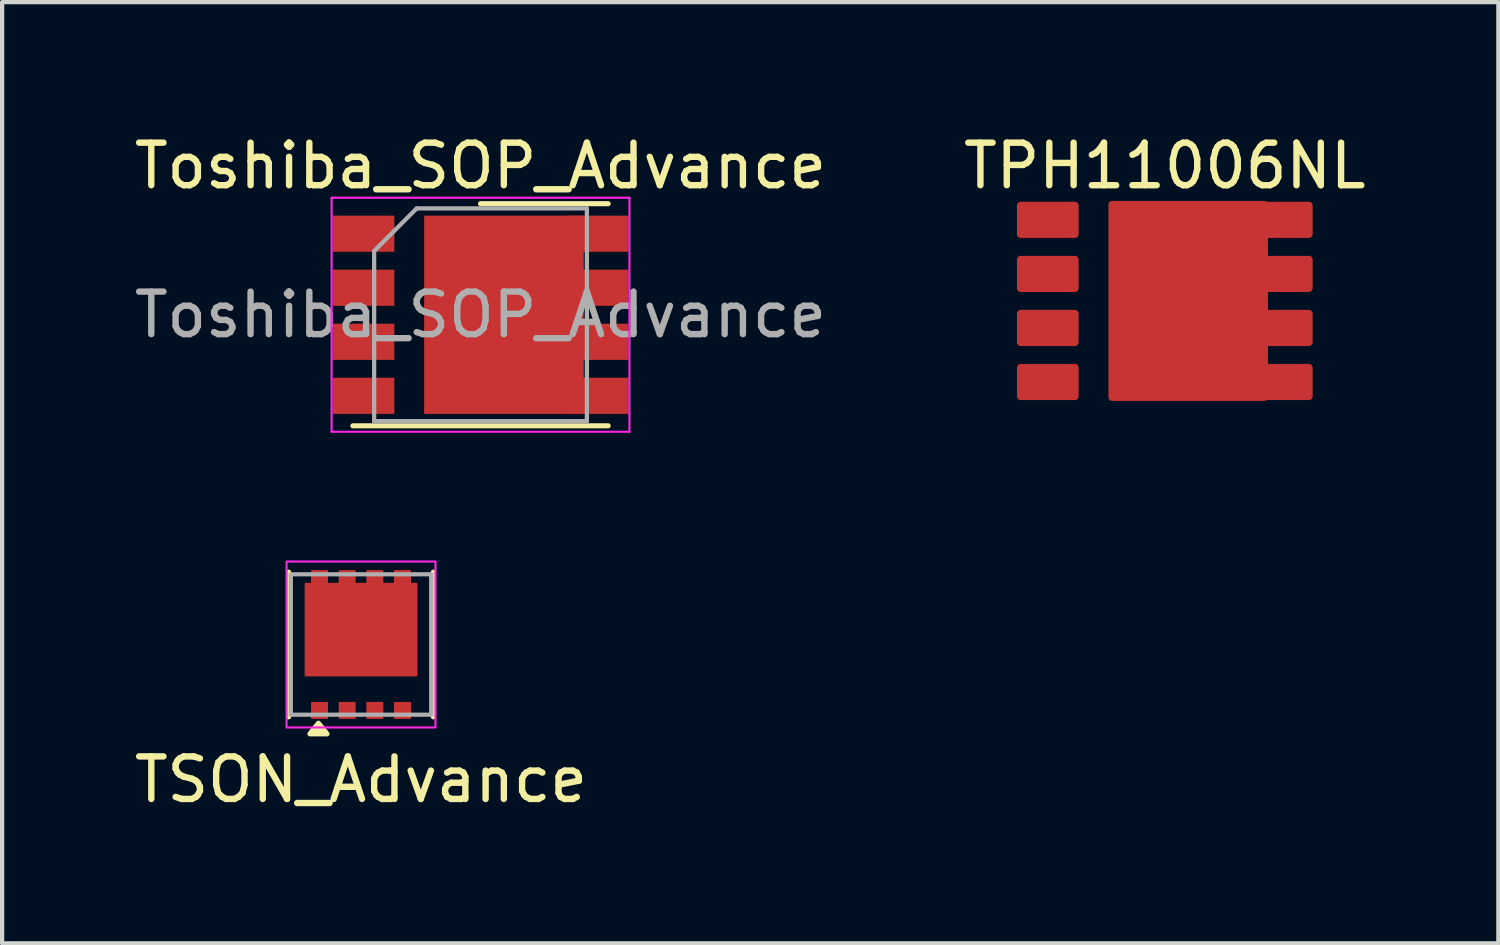
<source format=kicad_pcb>
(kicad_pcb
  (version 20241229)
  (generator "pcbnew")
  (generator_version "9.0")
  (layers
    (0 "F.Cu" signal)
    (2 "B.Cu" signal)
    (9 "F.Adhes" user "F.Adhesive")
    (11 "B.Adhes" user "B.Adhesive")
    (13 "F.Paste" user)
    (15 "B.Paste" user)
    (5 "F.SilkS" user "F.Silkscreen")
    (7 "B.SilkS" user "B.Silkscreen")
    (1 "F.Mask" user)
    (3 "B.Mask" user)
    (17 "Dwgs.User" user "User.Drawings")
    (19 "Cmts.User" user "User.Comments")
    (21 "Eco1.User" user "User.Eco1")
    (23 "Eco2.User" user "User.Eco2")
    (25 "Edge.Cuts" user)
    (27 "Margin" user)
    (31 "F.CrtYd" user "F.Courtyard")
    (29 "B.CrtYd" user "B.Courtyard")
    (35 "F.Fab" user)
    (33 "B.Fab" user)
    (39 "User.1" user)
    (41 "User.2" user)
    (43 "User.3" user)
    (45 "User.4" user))
  (footprint "Toshiba_SOP_Advance"
    (layer "F.Cu")
    (at 8.244 4.348)
    (property "Reference" "Toshiba_SOP_Advance" (at 0 -3.5 0) (layer "F.SilkS") (effects (font (size 1 1) (thickness 0.15))))
    (attr smd)
    (fp_line (start 3 -2.61) (end 0 -2.61) (stroke (width 0.12) (type solid)) (layer "F.SilkS"))
    (fp_line (start 3 2.61) (end -3 2.61) (stroke (width 0.12) (type solid)) (layer "F.SilkS"))
    (fp_line (start -3.5 -2.75) (end 3.5 -2.75) (stroke (width 0.05) (type solid)) (layer "F.CrtYd"))
    (fp_line (start -3.5 2.75) (end -3.5 -2.75) (stroke (width 0.05) (type solid)) (layer "F.CrtYd"))
    (fp_line (start 3.5 -2.75) (end 3.5 2.75) (stroke (width 0.05) (type solid)) (layer "F.CrtYd"))
    (fp_line (start 3.5 2.75) (end -3.5 2.75) (stroke (width 0.05) (type solid)) (layer "F.CrtYd"))
    (fp_line (start -2.5 -1.5) (end -2.5 2.5) (stroke (width 0.1) (type solid)) (layer "F.Fab"))
    (fp_line (start -1.5 -2.5) (end -2.5 -1.5) (stroke (width 0.1) (type solid)) (layer "F.Fab"))
    (fp_line (start -1.5 -2.5) (end 2.5 -2.5) (stroke (width 0.1) (type solid)) (layer "F.Fab"))
    (fp_line (start 2.5 -2.5) (end 2.5 2.5) (stroke (width 0.1) (type solid)) (layer "F.Fab"))
    (fp_line (start 2.5 2.5) (end -2.5 2.5) (stroke (width 0.1) (type solid)) (layer "F.Fab"))
    (fp_text user "${REFERENCE}" (at 0 0 0) (layer "F.Fab") (effects (font (size 1 1) (thickness 0.15))))
    (pad "" smd rect (at -0.512 -1.19) (size 1.525 2.18) (layers "F.Paste"))
    (pad "" smd rect (at -0.512 1.19) (size 1.525 2.18) (layers "F.Paste"))
    (pad "" smd rect (at 1.163 -1.19) (size 1.425 2.18) (layers "F.Paste"))
    (pad "" smd rect (at 1.163 1.19) (size 1.425 2.18) (layers "F.Paste"))
    (pad "1" smd rect (at -2.75 -1.905) (size 1.45 0.85) (layers "F.Cu" "F.Mask" "F.Paste"))
    (pad "2" smd rect (at -2.75 -0.635) (size 1.45 0.85) (layers "F.Cu" "F.Mask" "F.Paste"))
    (pad "3" smd rect (at -2.75 0.635) (size 1.45 0.85) (layers "F.Cu" "F.Mask" "F.Paste"))
    (pad "4" smd rect (at -2.75 1.905) (size 1.45 0.85) (layers "F.Cu" "F.Mask" "F.Paste"))
    (pad "5" smd rect (at 0.55 0) (size 3.75 4.66) (layers "F.Cu" "F.Mask"))
    (pad "5" smd rect (at 2.75 -1.905) (size 1.45 0.85) (layers "F.Cu" "F.Mask" "F.Paste"))
    (pad "6" smd rect (at 2.75 -0.635) (size 1.45 0.85) (layers "F.Cu" "F.Mask" "F.Paste"))
    (pad "7" smd rect (at 2.75 0.635) (size 1.45 0.85) (layers "F.Cu" "F.Mask" "F.Paste"))
    (pad "8" smd rect (at 2.75 1.905) (size 1.45 0.85) (layers "F.Cu" "F.Mask" "F.Paste")))
  (footprint "TPH11006NL"
    (layer "F.Cu")
    (at 24.327 2.118)
    (property "Reference" "TPH11006NL" (at 0 -1.27 0) (layer "F.SilkS") (effects (font (size 1 1) (thickness 0.15))))
    (attr through_hole)
    (pad "1" smd roundrect (at -2.75 0) (size 1.45 0.85) (layers "F.Cu" "F.Mask" "F.Paste") (roundrect_rratio 0.1))
    (pad "1" smd roundrect (at -2.75 1.27) (size 1.45 0.85) (layers "F.Cu" "F.Mask" "F.Paste") (roundrect_rratio 0.1))
    (pad "1" smd roundrect (at -2.75 2.54) (size 1.45 0.85) (layers "F.Cu" "F.Mask" "F.Paste") (roundrect_rratio 0.1))
    (pad "2" smd roundrect (at -2.75 3.81) (size 1.45 0.85) (layers "F.Cu" "F.Mask" "F.Paste") (roundrect_rratio 0.1))
    (pad "3" smd roundrect (at 0.55 1.905) (size 3.75 4.7) (layers "F.Cu" "F.Mask" "F.Paste") (roundrect_rratio 0.023))
    (pad "3" smd roundrect (at 2.75 0) (size 1.45 0.85) (layers "F.Cu" "F.Mask" "F.Paste") (roundrect_rratio 0.1))
    (pad "3" smd roundrect (at 2.75 1.27) (size 1.45 0.85) (layers "F.Cu" "F.Mask" "F.Paste") (roundrect_rratio 0.1))
    (pad "3" smd roundrect (at 2.75 2.54) (size 1.45 0.85) (layers "F.Cu" "F.Mask" "F.Paste") (roundrect_rratio 0.1))
    (pad "3" smd roundrect (at 2.75 3.81) (size 1.45 0.85) (layers "F.Cu" "F.Mask" "F.Paste") (roundrect_rratio 0.1)))
  (footprint "TSON_Advance"
    (layer "F.Cu")
    (at 5.435 12.098)
    (property "Reference" "TSON_Advance" (at 0 3.175 0) (layer "F.SilkS") (effects (font (size 1 1) (thickness 0.15))))
    (attr smd)
    (fp_line (start -1.7 -1.7) (end -1.7 1.7) (stroke (width 0.12) (type solid)) (layer "F.SilkS"))
    (fp_line (start 1.7 1.7) (end 1.7 -1.7) (stroke (width 0.12) (type solid)) (layer "F.SilkS"))
    (fp_poly (pts (xy -1 1.85) (xy -0.8 2.1) (xy -1.2 2.1) (xy -1 1.85)) (stroke (width 0.12) (type solid)) (fill yes) (layer "F.SilkS"))
    (fp_rect (start -1.75 -1.95) (end 1.75 1.95) (stroke (width 0.05) (type solid)) (fill no) (layer "F.CrtYd"))
    (fp_rect (start -1.65 -1.65) (end 1.65 1.65) (stroke (width 0.1) (type solid)) (fill no) (layer "F.Fab"))
    (pad "1" smd roundrect (at -0.975 1.55) (size 0.4 0.4) (layers "F.Cu" "F.Mask" "F.Paste") (roundrect_rratio 0.05))
    (pad "2" smd roundrect (at -0.325 1.55) (size 0.4 0.4) (layers "F.Cu" "F.Mask" "F.Paste") (roundrect_rratio 0.05))
    (pad "3" smd roundrect (at 0.325 1.55) (size 0.4 0.4) (layers "F.Cu" "F.Mask" "F.Paste") (roundrect_rratio 0.05))
    (pad "4" smd roundrect (at 0.975 1.55) (size 0.4 0.4) (layers "F.Cu" "F.Mask" "F.Paste") (roundrect_rratio 0.05))
    (pad "5" smd roundrect (at -0.975 -1.55) (size 0.4 0.4) (layers "F.Cu" "F.Mask" "F.Paste") (roundrect_rratio 0.05))
    (pad "5" smd roundrect (at -0.325 -1.55) (size 0.4 0.4) (layers "F.Cu" "F.Mask" "F.Paste") (roundrect_rratio 0.05))
    (pad "5" smd roundrect (at 0 -0.35) (size 2.65 2.2) (layers "F.Cu" "F.Mask" "F.Paste") (roundrect_rratio 0.009))
    (pad "5" smd roundrect (at 0.325 -1.55) (size 0.4 0.4) (layers "F.Cu" "F.Mask" "F.Paste") (roundrect_rratio 0.05))
    (pad "5" smd roundrect (at 0.975 -1.55) (size 0.4 0.4) (layers "F.Cu" "F.Mask" "F.Paste") (roundrect_rratio 0.05)))
  (gr_rect
    (start -3 -3)
    (end 32.167 19.122)
    (stroke (width 0.1) (type default))
    (fill no)
    (layer "Edge.Cuts")))
</source>
